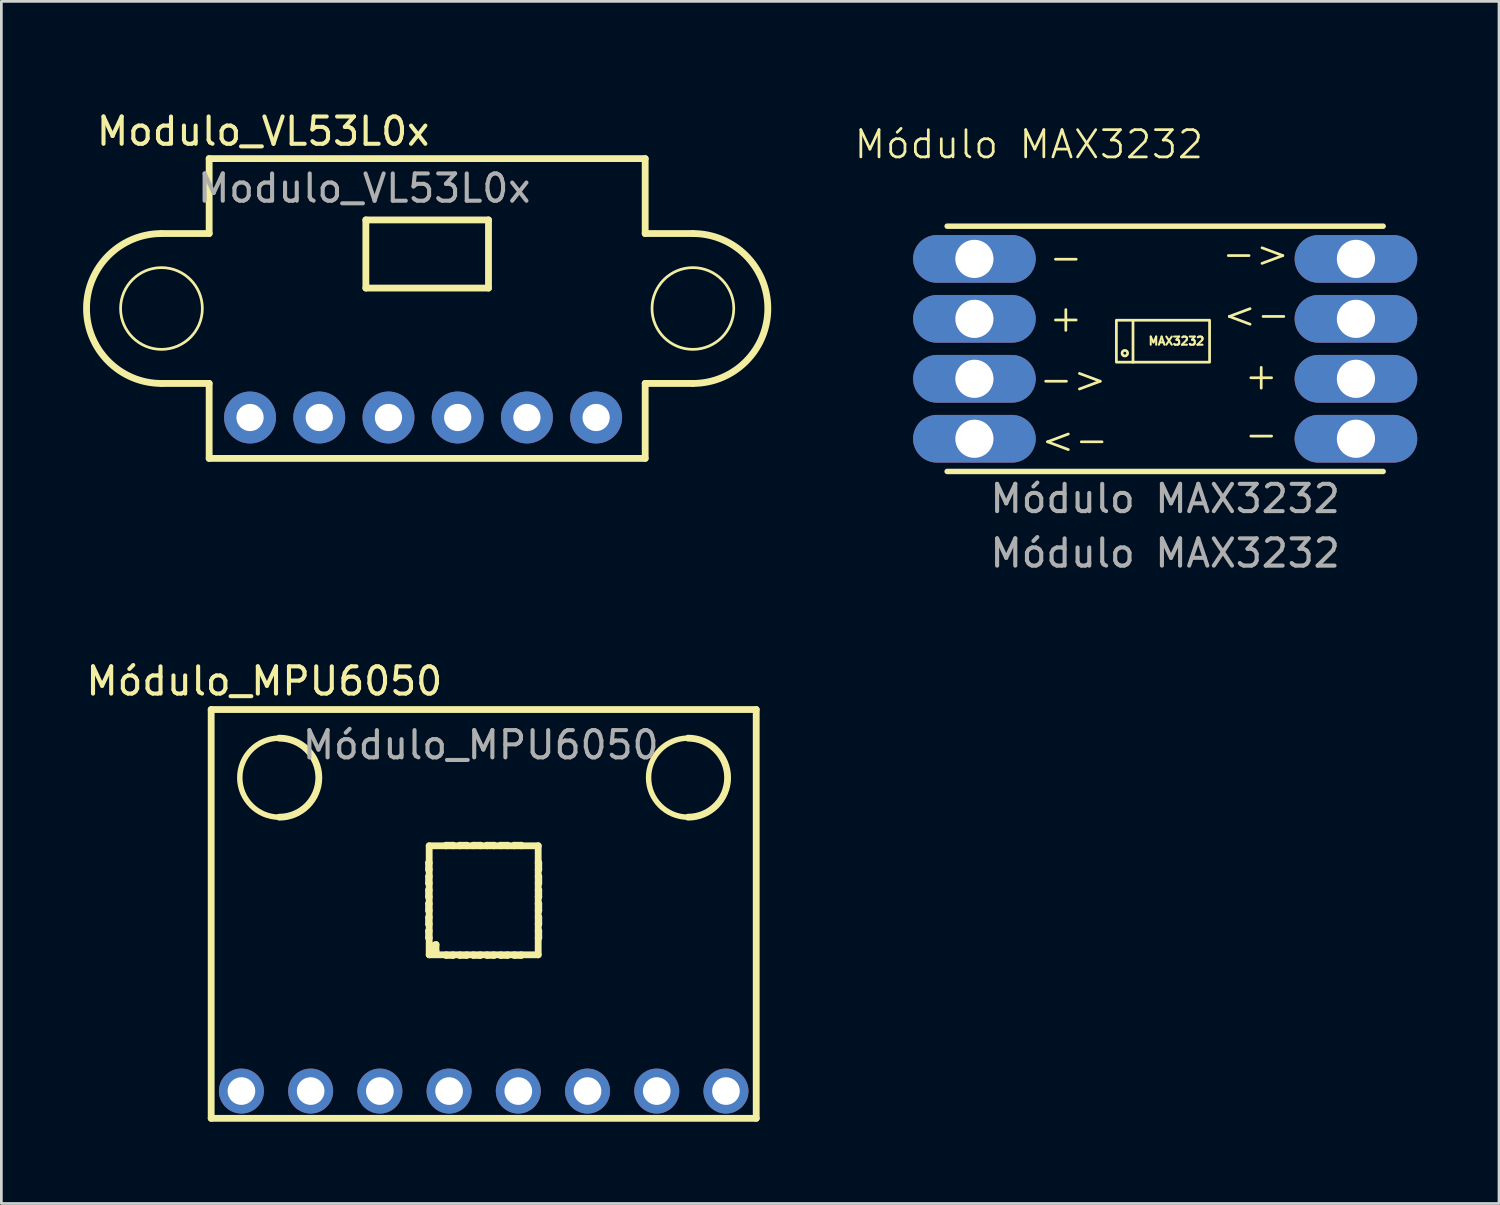
<source format=kicad_pcb>
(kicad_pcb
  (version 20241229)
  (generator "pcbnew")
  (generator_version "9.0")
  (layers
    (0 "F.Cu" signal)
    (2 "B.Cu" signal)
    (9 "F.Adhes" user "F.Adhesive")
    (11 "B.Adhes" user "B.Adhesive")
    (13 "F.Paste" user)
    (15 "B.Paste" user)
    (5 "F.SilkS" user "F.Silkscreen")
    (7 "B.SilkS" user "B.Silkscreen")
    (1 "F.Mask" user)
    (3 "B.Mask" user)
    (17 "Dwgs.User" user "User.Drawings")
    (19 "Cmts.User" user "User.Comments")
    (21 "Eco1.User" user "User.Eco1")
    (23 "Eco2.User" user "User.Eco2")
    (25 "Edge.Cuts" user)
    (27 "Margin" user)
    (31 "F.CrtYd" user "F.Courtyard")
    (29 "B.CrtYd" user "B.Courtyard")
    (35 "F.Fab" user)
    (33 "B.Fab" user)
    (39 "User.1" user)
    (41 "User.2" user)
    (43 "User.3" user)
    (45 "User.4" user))
  (footprint "Módulo MAX3232"
    (layer "F.Cu")
    (at 37.705 0.25)
    (property "Reference" "Módulo MAX3232" (at -3 2 0) (unlocked yes) (layer "F.SilkS") (effects (font (size 1 1) (thickness 0.1))))
    (attr through_hole)
    (fp_line (start -6 5) (end 10 5) (stroke (width 0.2) (type solid)) (layer "F.SilkS"))
    (fp_line (start -6 14) (end 10 14) (stroke (width 0.2) (type solid)) (layer "F.SilkS"))
    (fp_line (start 0.82 9.99) (end 0.82 8.47) (stroke (width 0.1) (type default)) (layer "F.SilkS"))
    (fp_rect (start 0.21 8.45) (end 3.63 9.99) (stroke (width 0.1) (type default)) (fill no) (layer "F.SilkS"))
    (fp_circle (center 0.52 9.66) (end 0.61 9.71) (stroke (width 0.1) (type default)) (fill no) (layer "F.SilkS"))
    (fp_text user "+" (at -2.33 8.95 0) (unlocked yes) (layer "F.SilkS") (effects (font (size 1 1) (thickness 0.1)) (justify left bottom)))
    (fp_text user "<-" (at -2.62 13.42 0) (unlocked yes) (layer "F.SilkS") (effects (font (size 1 1) (thickness 0.1)) (justify left bottom)))
    (fp_text user "MAX3232" (at 1.35 9.39 0) (unlocked yes) (layer "F.SilkS") (effects (font (size 0.3 0.3) (thickness 0.075)) (justify left bottom)))
    (fp_text user "<-" (at 6.62 5.57 180) (unlocked yes) (layer "F.SilkS") (effects (font (size 1 1) (thickness 0.1)) (justify left bottom)))
    (fp_text user "+" (at 4.84 11.07 0) (unlocked yes) (layer "F.SilkS") (effects (font (size 1 1) (thickness 0.1)) (justify left bottom)))
    (fp_text user "<-" (at -0.08 10.18 180) (unlocked yes) (layer "F.SilkS") (effects (font (size 1 1) (thickness 0.1)) (justify left bottom)))
    (fp_text user "-" (at -2.33 6.72 0) (unlocked yes) (layer "F.SilkS") (effects (font (size 1 1) (thickness 0.1)) (justify left bottom)))
    (fp_text user "<-" (at 4.05 8.82 0) (unlocked yes) (layer "F.SilkS") (effects (font (size 1 1) (thickness 0.1)) (justify left bottom)))
    (fp_text user "-" (at 4.84 13.21 0) (unlocked yes) (layer "F.SilkS") (effects (font (size 1 1) (thickness 0.1)) (justify left bottom)))
    (fp_text user "${REFERENCE}" (at 2 17 0) (unlocked yes) (layer "F.Fab") (effects (font (size 1 1) (thickness 0.15))))
    (fp_text user "${REFERENCE}" (at 2 15 0) (unlocked yes) (layer "F.Fab") (effects (font (size 1 1) (thickness 0.15))))
    (pad "1" thru_hole oval (at -5 6.2) (size 4.5 1.75) (drill 1.4) (layers "*.Cu" "*.Mask"))
    (pad "2" thru_hole oval (at -5 8.4) (size 4.5 1.75) (drill 1.4) (layers "*.Cu" "*.Mask"))
    (pad "3" thru_hole oval (at -5 10.6) (size 4.5 1.75) (drill 1.4) (layers "*.Cu" "*.Mask"))
    (pad "4" thru_hole oval (at -5 12.8) (size 4.5 1.75) (drill 1.4) (layers "*.Cu" "*.Mask"))
    (pad "5" thru_hole oval (at 9 12.8) (size 4.5 1.75) (drill 1.4) (layers "*.Cu" "*.Mask"))
    (pad "6" thru_hole oval (at 9 10.6) (size 4.5 1.75) (drill 1.4) (layers "*.Cu" "*.Mask"))
    (pad "7" thru_hole oval (at 9 8.4) (size 4.5 1.75) (drill 1.4) (layers "*.Cu" "*.Mask"))
    (pad "8" thru_hole oval (at 9 6.2) (size 4.5 1.75) (drill 1.4) (layers "*.Cu" "*.Mask")))
  (footprint "Módulo_MPU6050"
    (layer "F.Cu")
    (at 6.589 21.866)
    (property "Reference" "Módulo_MPU6050" (at 0.06 0.08 0) (unlocked yes) (layer "F.SilkS") (effects (font (size 1 1) (thickness 0.15))))
    (attr through_hole)
    (fp_line (start -1.89 1.12) (end -1.89 16.12) (stroke (width 0.25) (type solid)) (layer "F.SilkS"))
    (fp_line (start -1.89 16.12) (end 18.11 16.12) (stroke (width 0.25) (type solid)) (layer "F.SilkS"))
    (fp_line (start 6.09 6.745) (end 6.11 6.745) (stroke (width 0.25) (type solid)) (layer "F.SilkS"))
    (fp_line (start 6.09 6.995) (end 6.09 6.745) (stroke (width 0.25) (type solid)) (layer "F.SilkS"))
    (fp_line (start 6.09 7.245) (end 6.11 7.245) (stroke (width 0.25) (type solid)) (layer "F.SilkS"))
    (fp_line (start 6.09 7.495) (end 6.09 7.245) (stroke (width 0.25) (type solid)) (layer "F.SilkS"))
    (fp_line (start 6.09 7.745) (end 6.11 7.745) (stroke (width 0.25) (type solid)) (layer "F.SilkS"))
    (fp_line (start 6.09 7.995) (end 6.09 7.745) (stroke (width 0.25) (type solid)) (layer "F.SilkS"))
    (fp_line (start 6.09 8.245) (end 6.11 8.245) (stroke (width 0.25) (type solid)) (layer "F.SilkS"))
    (fp_line (start 6.09 8.495) (end 6.09 8.245) (stroke (width 0.25) (type solid)) (layer "F.SilkS"))
    (fp_line (start 6.09 8.745) (end 6.11 8.745) (stroke (width 0.25) (type solid)) (layer "F.SilkS"))
    (fp_line (start 6.09 8.995) (end 6.09 8.745) (stroke (width 0.25) (type solid)) (layer "F.SilkS"))
    (fp_line (start 6.09 9.245) (end 6.11 9.245) (stroke (width 0.25) (type solid)) (layer "F.SilkS"))
    (fp_line (start 6.09 9.495) (end 6.09 9.245) (stroke (width 0.25) (type solid)) (layer "F.SilkS"))
    (fp_line (start 6.11 6.12) (end 6.11 10.12) (stroke (width 0.25) (type solid)) (layer "F.SilkS"))
    (fp_line (start 6.11 6.995) (end 6.09 6.995) (stroke (width 0.25) (type solid)) (layer "F.SilkS"))
    (fp_line (start 6.11 7.495) (end 6.09 7.495) (stroke (width 0.25) (type solid)) (layer "F.SilkS"))
    (fp_line (start 6.11 7.995) (end 6.09 7.995) (stroke (width 0.25) (type solid)) (layer "F.SilkS"))
    (fp_line (start 6.11 8.495) (end 6.09 8.495) (stroke (width 0.25) (type solid)) (layer "F.SilkS"))
    (fp_line (start 6.11 8.995) (end 6.09 8.995) (stroke (width 0.25) (type solid)) (layer "F.SilkS"))
    (fp_line (start 6.11 9.495) (end 6.09 9.495) (stroke (width 0.25) (type solid)) (layer "F.SilkS"))
    (fp_line (start 6.36 9.995) (end 6.36 9.745) (stroke (width 0.25) (type solid)) (layer "F.SilkS"))
    (fp_line (start 6.735 6.1) (end 6.985 6.1) (stroke (width 0.25) (type solid)) (layer "F.SilkS"))
    (fp_line (start 6.735 6.12) (end 6.735 6.1) (stroke (width 0.25) (type solid)) (layer "F.SilkS"))
    (fp_line (start 6.735 10.14) (end 6.735 10.12) (stroke (width 0.25) (type solid)) (layer "F.SilkS"))
    (fp_line (start 6.985 6.1) (end 6.985 6.12) (stroke (width 0.25) (type solid)) (layer "F.SilkS"))
    (fp_line (start 6.985 10.12) (end 6.985 10.14) (stroke (width 0.25) (type solid)) (layer "F.SilkS"))
    (fp_line (start 6.985 10.14) (end 6.735 10.14) (stroke (width 0.25) (type solid)) (layer "F.SilkS"))
    (fp_line (start 7.235 6.1) (end 7.485 6.1) (stroke (width 0.25) (type solid)) (layer "F.SilkS"))
    (fp_line (start 7.235 6.12) (end 7.235 6.1) (stroke (width 0.25) (type solid)) (layer "F.SilkS"))
    (fp_line (start 7.235 10.14) (end 7.235 10.12) (stroke (width 0.25) (type solid)) (layer "F.SilkS"))
    (fp_line (start 7.485 6.1) (end 7.485 6.12) (stroke (width 0.25) (type solid)) (layer "F.SilkS"))
    (fp_line (start 7.485 10.12) (end 7.485 10.14) (stroke (width 0.25) (type solid)) (layer "F.SilkS"))
    (fp_line (start 7.485 10.14) (end 7.235 10.14) (stroke (width 0.25) (type solid)) (layer "F.SilkS"))
    (fp_line (start 7.735 6.1) (end 7.985 6.1) (stroke (width 0.25) (type solid)) (layer "F.SilkS"))
    (fp_line (start 7.735 6.12) (end 7.735 6.1) (stroke (width 0.25) (type solid)) (layer "F.SilkS"))
    (fp_line (start 7.735 10.14) (end 7.735 10.12) (stroke (width 0.25) (type solid)) (layer "F.SilkS"))
    (fp_line (start 7.985 6.1) (end 7.985 6.12) (stroke (width 0.25) (type solid)) (layer "F.SilkS"))
    (fp_line (start 7.985 10.12) (end 7.985 10.14) (stroke (width 0.25) (type solid)) (layer "F.SilkS"))
    (fp_line (start 7.985 10.14) (end 7.735 10.14) (stroke (width 0.25) (type solid)) (layer "F.SilkS"))
    (fp_line (start 8.235 6.1) (end 8.485 6.1) (stroke (width 0.25) (type solid)) (layer "F.SilkS"))
    (fp_line (start 8.235 6.12) (end 8.235 6.1) (stroke (width 0.25) (type solid)) (layer "F.SilkS"))
    (fp_line (start 8.235 10.14) (end 8.235 10.12) (stroke (width 0.25) (type solid)) (layer "F.SilkS"))
    (fp_line (start 8.485 6.1) (end 8.485 6.12) (stroke (width 0.25) (type solid)) (layer "F.SilkS"))
    (fp_line (start 8.485 10.12) (end 8.485 10.14) (stroke (width 0.25) (type solid)) (layer "F.SilkS"))
    (fp_line (start 8.485 10.14) (end 8.235 10.14) (stroke (width 0.25) (type solid)) (layer "F.SilkS"))
    (fp_line (start 8.735 6.1) (end 8.985 6.1) (stroke (width 0.25) (type solid)) (layer "F.SilkS"))
    (fp_line (start 8.735 6.12) (end 8.735 6.1) (stroke (width 0.25) (type solid)) (layer "F.SilkS"))
    (fp_line (start 8.735 10.14) (end 8.735 10.12) (stroke (width 0.25) (type solid)) (layer "F.SilkS"))
    (fp_line (start 8.985 6.1) (end 8.985 6.12) (stroke (width 0.25) (type solid)) (layer "F.SilkS"))
    (fp_line (start 8.985 10.12) (end 8.985 10.14) (stroke (width 0.25) (type solid)) (layer "F.SilkS"))
    (fp_line (start 8.985 10.14) (end 8.735 10.14) (stroke (width 0.25) (type solid)) (layer "F.SilkS"))
    (fp_line (start 9.235 6.1) (end 9.485 6.1) (stroke (width 0.25) (type solid)) (layer "F.SilkS"))
    (fp_line (start 9.235 6.12) (end 9.235 6.1) (stroke (width 0.25) (type solid)) (layer "F.SilkS"))
    (fp_line (start 9.235 10.14) (end 9.235 10.12) (stroke (width 0.25) (type solid)) (layer "F.SilkS"))
    (fp_line (start 9.485 6.1) (end 9.485 6.12) (stroke (width 0.25) (type solid)) (layer "F.SilkS"))
    (fp_line (start 9.485 10.12) (end 9.485 10.14) (stroke (width 0.25) (type solid)) (layer "F.SilkS"))
    (fp_line (start 9.485 10.14) (end 9.235 10.14) (stroke (width 0.25) (type solid)) (layer "F.SilkS"))
    (fp_line (start 10.11 6.12) (end 6.11 6.12) (stroke (width 0.25) (type solid)) (layer "F.SilkS"))
    (fp_line (start 10.11 6.745) (end 10.13 6.745) (stroke (width 0.25) (type solid)) (layer "F.SilkS"))
    (fp_line (start 10.11 7.245) (end 10.13 7.245) (stroke (width 0.25) (type solid)) (layer "F.SilkS"))
    (fp_line (start 10.11 7.745) (end 10.13 7.745) (stroke (width 0.25) (type solid)) (layer "F.SilkS"))
    (fp_line (start 10.11 8.245) (end 10.13 8.245) (stroke (width 0.25) (type solid)) (layer "F.SilkS"))
    (fp_line (start 10.11 8.745) (end 10.13 8.745) (stroke (width 0.25) (type solid)) (layer "F.SilkS"))
    (fp_line (start 10.11 9.245) (end 10.13 9.245) (stroke (width 0.25) (type solid)) (layer "F.SilkS"))
    (fp_line (start 10.11 10.12) (end 6.11 10.12) (stroke (width 0.25) (type solid)) (layer "F.SilkS"))
    (fp_line (start 10.11 10.12) (end 10.11 6.12) (stroke (width 0.25) (type solid)) (layer "F.SilkS"))
    (fp_line (start 10.13 6.745) (end 10.13 6.995) (stroke (width 0.25) (type solid)) (layer "F.SilkS"))
    (fp_line (start 10.13 6.995) (end 10.11 6.995) (stroke (width 0.25) (type solid)) (layer "F.SilkS"))
    (fp_line (start 10.13 7.245) (end 10.13 7.495) (stroke (width 0.25) (type solid)) (layer "F.SilkS"))
    (fp_line (start 10.13 7.495) (end 10.11 7.495) (stroke (width 0.25) (type solid)) (layer "F.SilkS"))
    (fp_line (start 10.13 7.745) (end 10.13 7.995) (stroke (width 0.25) (type solid)) (layer "F.SilkS"))
    (fp_line (start 10.13 7.995) (end 10.11 7.995) (stroke (width 0.25) (type solid)) (layer "F.SilkS"))
    (fp_line (start 10.13 8.245) (end 10.13 8.495) (stroke (width 0.25) (type solid)) (layer "F.SilkS"))
    (fp_line (start 10.13 8.495) (end 10.11 8.495) (stroke (width 0.25) (type solid)) (layer "F.SilkS"))
    (fp_line (start 10.13 8.745) (end 10.13 8.995) (stroke (width 0.25) (type solid)) (layer "F.SilkS"))
    (fp_line (start 10.13 8.995) (end 10.11 8.995) (stroke (width 0.25) (type solid)) (layer "F.SilkS"))
    (fp_line (start 10.13 9.245) (end 10.13 9.495) (stroke (width 0.25) (type solid)) (layer "F.SilkS"))
    (fp_line (start 10.13 9.495) (end 10.11 9.495) (stroke (width 0.25) (type solid)) (layer "F.SilkS"))
    (fp_line (start 18.11 1.12) (end -1.89 1.12) (stroke (width 0.25) (type solid)) (layer "F.SilkS"))
    (fp_line (start 18.11 16.12) (end 18.11 1.12) (stroke (width 0.25) (type solid)) (layer "F.SilkS"))
    (fp_arc (start 0.61 2.17) (mid 2.06 3.62) (end 0.61 5.07) (stroke (width 0.25) (type solid)) (layer "F.SilkS"))
    (fp_arc (start 6.36 9.995) (mid 6.235 9.87) (end 6.36 9.745) (stroke (width 0.25) (type solid)) (layer "F.SilkS"))
    (fp_arc (start 15.61 2.17) (mid 17.060004 3.62) (end 15.61 5.07) (stroke (width 0.25) (type solid)) (layer "F.SilkS"))
    (fp_circle (center 0.61 3.62) (end 2.06 3.62) (stroke (width 0.2) (type solid)) (fill no) (layer "F.SilkS"))
    (fp_circle (center 15.61 3.62) (end 17.06 3.62) (stroke (width 0.2) (type solid)) (fill no) (layer "F.SilkS"))
    (fp_text user "${REFERENCE}" (at 8 2.42 0) (unlocked yes) (layer "F.Fab") (effects (font (size 1 1) (thickness 0.15))))
    (pad "1" thru_hole circle (at -0.78 15.12) (size 1.651 1.651) (drill 1.016) (layers "*.Cu" "*.Mask"))
    (pad "2" thru_hole circle (at 1.76 15.12) (size 1.651 1.651) (drill 1.016) (layers "*.Cu" "*.Mask"))
    (pad "3" thru_hole circle (at 4.3 15.12) (size 1.651 1.651) (drill 1.016) (layers "*.Cu" "*.Mask"))
    (pad "4" thru_hole circle (at 6.84 15.12) (size 1.651 1.651) (drill 1.016) (layers "*.Cu" "*.Mask"))
    (pad "5" thru_hole circle (at 9.38 15.12) (size 1.651 1.651) (drill 1.016) (layers "*.Cu" "*.Mask"))
    (pad "6" thru_hole circle (at 11.92 15.12) (size 1.651 1.651) (drill 1.016) (layers "*.Cu" "*.Mask"))
    (pad "7" thru_hole circle (at 14.46 15.12) (size 1.651 1.651) (drill 1.016) (layers "*.Cu" "*.Mask"))
    (pad "8" thru_hole circle (at 17 15.12) (size 1.651 1.651) (drill 1.016) (layers "*.Cu" "*.Mask")))
  (footprint "Modulo_VL53L0x"
    (layer "F.Cu")
    (at 4.415 0.25)
    (property "Reference" "Modulo_VL53L0x" (at 2.19 1.52 0) (unlocked yes) (layer "F.SilkS") (effects (font (size 1 1) (thickness 0.15))))
    (attr through_hole)
    (fp_line (start -1.54 5.27) (end 0.21 5.27) (stroke (width 0.25) (type solid)) (layer "F.SilkS"))
    (fp_line (start -1.54 10.77) (end 0.21 10.77) (stroke (width 0.25) (type solid)) (layer "F.SilkS"))
    (fp_line (start 0.21 2.52) (end 0.21 5.27) (stroke (width 0.25) (type solid)) (layer "F.SilkS"))
    (fp_line (start 0.21 13.52) (end 0.21 10.77) (stroke (width 0.25) (type solid)) (layer "F.SilkS"))
    (fp_line (start 5.96 4.77) (end 5.96 7.27) (stroke (width 0.25) (type solid)) (layer "F.SilkS"))
    (fp_line (start 5.96 7.27) (end 10.46 7.27) (stroke (width 0.25) (type solid)) (layer "F.SilkS"))
    (fp_line (start 10.46 4.77) (end 5.96 4.77) (stroke (width 0.25) (type solid)) (layer "F.SilkS"))
    (fp_line (start 10.46 7.27) (end 10.46 4.77) (stroke (width 0.25) (type solid)) (layer "F.SilkS"))
    (fp_line (start 16.21 2.52) (end 0.21 2.52) (stroke (width 0.25) (type solid)) (layer "F.SilkS"))
    (fp_line (start 16.21 2.52) (end 16.21 5.27) (stroke (width 0.25) (type solid)) (layer "F.SilkS"))
    (fp_line (start 16.21 13.52) (end 0.21 13.52) (stroke (width 0.25) (type solid)) (layer "F.SilkS"))
    (fp_line (start 16.21 13.52) (end 16.21 10.77) (stroke (width 0.25) (type solid)) (layer "F.SilkS"))
    (fp_line (start 17.96 5.27) (end 16.21 5.27) (stroke (width 0.25) (type solid)) (layer "F.SilkS"))
    (fp_line (start 17.96 10.77) (end 16.21 10.77) (stroke (width 0.25) (type solid)) (layer "F.SilkS"))
    (fp_arc (start -1.54 10.77) (mid -4.29 8.02) (end -1.54 5.27) (stroke (width 0.25) (type solid)) (layer "F.SilkS"))
    (fp_arc (start 17.96 5.27) (mid 20.71 8.02) (end 17.96 10.77) (stroke (width 0.25) (type solid)) (layer "F.SilkS"))
    (fp_circle (center -1.54 8.02) (end -0.04 8.02) (stroke (width 0.1) (type default)) (fill no) (layer "F.SilkS"))
    (fp_circle (center 17.96 8.02) (end 16.46 8.02) (stroke (width 0.1) (type default)) (fill no) (layer "F.SilkS"))
    (fp_text user "${REFERENCE}" (at 5.9 3.61 0) (unlocked yes) (layer "F.Fab") (effects (font (size 1 1) (thickness 0.15))))
    (pad "1" thru_hole circle (at 1.71 12.02) (size 1.905 1.905) (drill 1) (layers "*.Cu" "*.Mask"))
    (pad "2" thru_hole circle (at 4.25 12.02) (size 1.905 1.905) (drill 1) (layers "*.Cu" "*.Mask"))
    (pad "3" thru_hole circle (at 6.79 12.02) (size 1.905 1.905) (drill 1) (layers "*.Cu" "*.Mask"))
    (pad "4" thru_hole circle (at 9.33 12.02) (size 1.905 1.905) (drill 1) (layers "*.Cu" "*.Mask"))
    (pad "5" thru_hole circle (at 11.87 12.02) (size 1.905 1.905) (drill 1) (layers "*.Cu" "*.Mask"))
    (pad "6" thru_hole circle (at 14.41 12.02) (size 1.905 1.905) (drill 1) (layers "*.Cu" "*.Mask")))
  (gr_rect
    (start -3 -3)
    (end 51.955 41.111)
    (stroke (width 0.1) (type default))
    (fill no)
    (layer "Edge.Cuts")))
</source>
